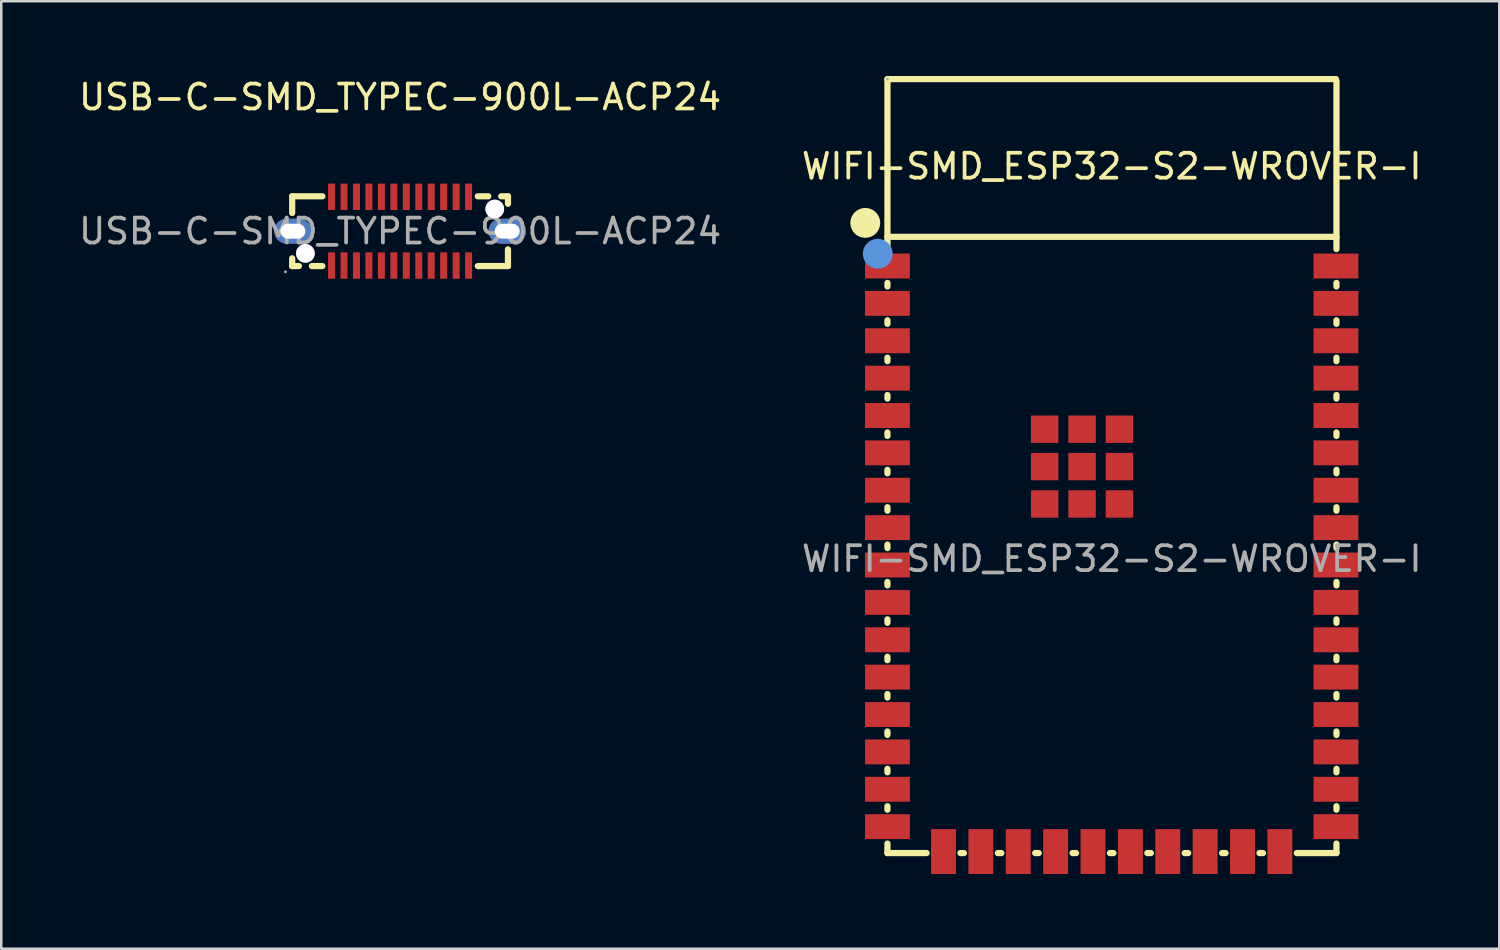
<source format=kicad_pcb>
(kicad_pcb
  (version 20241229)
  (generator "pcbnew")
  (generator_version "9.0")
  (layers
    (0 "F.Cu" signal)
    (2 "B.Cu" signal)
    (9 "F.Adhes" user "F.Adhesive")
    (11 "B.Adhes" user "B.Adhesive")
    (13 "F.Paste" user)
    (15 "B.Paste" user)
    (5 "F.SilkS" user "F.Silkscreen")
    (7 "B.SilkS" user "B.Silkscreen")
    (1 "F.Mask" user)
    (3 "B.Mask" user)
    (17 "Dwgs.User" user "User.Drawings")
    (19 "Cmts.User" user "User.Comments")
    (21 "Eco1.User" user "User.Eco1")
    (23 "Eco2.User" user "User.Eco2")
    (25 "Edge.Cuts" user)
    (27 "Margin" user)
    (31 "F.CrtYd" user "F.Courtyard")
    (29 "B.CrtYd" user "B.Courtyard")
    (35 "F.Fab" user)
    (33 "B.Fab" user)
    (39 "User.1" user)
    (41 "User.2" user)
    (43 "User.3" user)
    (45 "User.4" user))
  (footprint "WIFI-SMD_ESP32-S2-WROVER-I"
    (layer "F.Cu")
    (at 41.565 19.375)
    (property "Reference" "WIFI-SMD_ESP32-S2-WROVER-I" (at 0 -15.75 0) (layer "F.SilkS") (effects (font (size 1 1) (thickness 0.15))))
    (attr smd)
    (fp_line (start -9 -19.25) (end -9 -12.43) (stroke (width 0.25) (type solid)) (layer "F.SilkS"))
    (fp_line (start -9 -12.92) (end 9.02 -12.92) (stroke (width 0.25) (type solid)) (layer "F.SilkS"))
    (fp_line (start -9 -11.07) (end -9 -10.93) (stroke (width 0.25) (type solid)) (layer "F.SilkS"))
    (fp_line (start -9 -9.57) (end -9 -9.43) (stroke (width 0.25) (type solid)) (layer "F.SilkS"))
    (fp_line (start -9 -8.07) (end -9 -7.93) (stroke (width 0.25) (type solid)) (layer "F.SilkS"))
    (fp_line (start -9 -6.57) (end -9 -6.43) (stroke (width 0.25) (type solid)) (layer "F.SilkS"))
    (fp_line (start -9 -5.07) (end -9 -4.93) (stroke (width 0.25) (type solid)) (layer "F.SilkS"))
    (fp_line (start -9 -3.57) (end -9 -3.43) (stroke (width 0.25) (type solid)) (layer "F.SilkS"))
    (fp_line (start -9 -2.07) (end -9 -1.93) (stroke (width 0.25) (type solid)) (layer "F.SilkS"))
    (fp_line (start -9 -0.57) (end -9 -0.43) (stroke (width 0.25) (type solid)) (layer "F.SilkS"))
    (fp_line (start -9 0.93) (end -9 1.07) (stroke (width 0.25) (type solid)) (layer "F.SilkS"))
    (fp_line (start -9 2.43) (end -9 2.57) (stroke (width 0.25) (type solid)) (layer "F.SilkS"))
    (fp_line (start -9 3.93) (end -9 4.07) (stroke (width 0.25) (type solid)) (layer "F.SilkS"))
    (fp_line (start -9 5.43) (end -9 5.57) (stroke (width 0.25) (type solid)) (layer "F.SilkS"))
    (fp_line (start -9 6.93) (end -9 7.07) (stroke (width 0.25) (type solid)) (layer "F.SilkS"))
    (fp_line (start -9 8.43) (end -9 8.57) (stroke (width 0.25) (type solid)) (layer "F.SilkS"))
    (fp_line (start -9 9.93) (end -9 10.07) (stroke (width 0.25) (type solid)) (layer "F.SilkS"))
    (fp_line (start -9 11.43) (end -9 11.81) (stroke (width 0.25) (type solid)) (layer "F.SilkS"))
    (fp_line (start -9 11.81) (end -7.43 11.81) (stroke (width 0.25) (type solid)) (layer "F.SilkS"))
    (fp_line (start -6.07 11.81) (end -5.93 11.81) (stroke (width 0.25) (type solid)) (layer "F.SilkS"))
    (fp_line (start -4.57 11.81) (end -4.43 11.81) (stroke (width 0.25) (type solid)) (layer "F.SilkS"))
    (fp_line (start -3.07 11.81) (end -2.93 11.81) (stroke (width 0.25) (type solid)) (layer "F.SilkS"))
    (fp_line (start -1.57 11.81) (end -1.43 11.81) (stroke (width 0.25) (type solid)) (layer "F.SilkS"))
    (fp_line (start -0.07 11.81) (end 0.07 11.81) (stroke (width 0.25) (type solid)) (layer "F.SilkS"))
    (fp_line (start 1.43 11.81) (end 1.57 11.81) (stroke (width 0.25) (type solid)) (layer "F.SilkS"))
    (fp_line (start 2.93 11.81) (end 3.07 11.81) (stroke (width 0.25) (type solid)) (layer "F.SilkS"))
    (fp_line (start 4.43 11.81) (end 4.57 11.81) (stroke (width 0.25) (type solid)) (layer "F.SilkS"))
    (fp_line (start 5.93 11.81) (end 6.07 11.81) (stroke (width 0.25) (type solid)) (layer "F.SilkS"))
    (fp_line (start 7.43 11.81) (end 9.02 11.81) (stroke (width 0.25) (type solid)) (layer "F.SilkS"))
    (fp_line (start 9 -19.25) (end -9 -19.25) (stroke (width 0.25) (type solid)) (layer "F.SilkS"))
    (fp_line (start 9.02 -12.43) (end 9.02 -19.18) (stroke (width 0.25) (type solid)) (layer "F.SilkS"))
    (fp_line (start 9.02 -10.93) (end 9.02 -11.07) (stroke (width 0.25) (type solid)) (layer "F.SilkS"))
    (fp_line (start 9.02 -9.43) (end 9.02 -9.57) (stroke (width 0.25) (type solid)) (layer "F.SilkS"))
    (fp_line (start 9.02 -7.93) (end 9.02 -8.07) (stroke (width 0.25) (type solid)) (layer "F.SilkS"))
    (fp_line (start 9.02 -6.43) (end 9.02 -6.57) (stroke (width 0.25) (type solid)) (layer "F.SilkS"))
    (fp_line (start 9.02 -4.93) (end 9.02 -5.07) (stroke (width 0.25) (type solid)) (layer "F.SilkS"))
    (fp_line (start 9.02 -3.43) (end 9.02 -3.57) (stroke (width 0.25) (type solid)) (layer "F.SilkS"))
    (fp_line (start 9.02 -1.93) (end 9.02 -2.07) (stroke (width 0.25) (type solid)) (layer "F.SilkS"))
    (fp_line (start 9.02 -0.43) (end 9.02 -0.57) (stroke (width 0.25) (type solid)) (layer "F.SilkS"))
    (fp_line (start 9.02 1.07) (end 9.02 0.93) (stroke (width 0.25) (type solid)) (layer "F.SilkS"))
    (fp_line (start 9.02 2.57) (end 9.02 2.43) (stroke (width 0.25) (type solid)) (layer "F.SilkS"))
    (fp_line (start 9.02 4.07) (end 9.02 3.93) (stroke (width 0.25) (type solid)) (layer "F.SilkS"))
    (fp_line (start 9.02 5.57) (end 9.02 5.43) (stroke (width 0.25) (type solid)) (layer "F.SilkS"))
    (fp_line (start 9.02 7.07) (end 9.02 6.93) (stroke (width 0.25) (type solid)) (layer "F.SilkS"))
    (fp_line (start 9.02 8.57) (end 9.02 8.43) (stroke (width 0.25) (type solid)) (layer "F.SilkS"))
    (fp_line (start 9.02 10.07) (end 9.02 9.93) (stroke (width 0.25) (type solid)) (layer "F.SilkS"))
    (fp_line (start 9.02 11.81) (end 9.02 11.43) (stroke (width 0.25) (type solid)) (layer "F.SilkS"))
    (fp_circle (center -9.89 -13.48) (end -9.59 -13.48) (stroke (width 0.6) (type solid)) (fill no) (layer "F.SilkS"))
    (fp_circle (center -9.39 -12.24) (end -9.09 -12.24) (stroke (width 0.6) (type solid)) (fill no) (layer "Cmts.User"))
    (fp_circle (center -9 -19.25) (end -8.97 -19.25) (stroke (width 0.06) (type solid)) (fill no) (layer "F.Fab"))
    (fp_text user "${REFERENCE}" (at 0 0 0) (layer "F.Fab") (effects (font (size 1 1) (thickness 0.15))))
    (pad "1" smd rect (at -9 -11.75) (size 1.8 1) (layers "F.Cu" "F.Mask" "F.Paste"))
    (pad "2" smd rect (at -9 -10.25) (size 1.8 1) (layers "F.Cu" "F.Mask" "F.Paste"))
    (pad "3" smd rect (at -9 -8.75) (size 1.8 1) (layers "F.Cu" "F.Mask" "F.Paste"))
    (pad "4" smd rect (at -9 -7.25) (size 1.8 1) (layers "F.Cu" "F.Mask" "F.Paste"))
    (pad "5" smd rect (at -9 -5.75) (size 1.8 1) (layers "F.Cu" "F.Mask" "F.Paste"))
    (pad "6" smd rect (at -9 -4.25) (size 1.8 1) (layers "F.Cu" "F.Mask" "F.Paste"))
    (pad "7" smd rect (at -9 -2.75) (size 1.8 1) (layers "F.Cu" "F.Mask" "F.Paste"))
    (pad "8" smd rect (at -9 -1.25) (size 1.8 1) (layers "F.Cu" "F.Mask" "F.Paste"))
    (pad "9" smd rect (at -9 0.25) (size 1.8 1) (layers "F.Cu" "F.Mask" "F.Paste"))
    (pad "10" smd rect (at -9 1.75) (size 1.8 1) (layers "F.Cu" "F.Mask" "F.Paste"))
    (pad "11" smd rect (at -9 3.25) (size 1.8 1) (layers "F.Cu" "F.Mask" "F.Paste"))
    (pad "12" smd rect (at -9 4.75) (size 1.8 1) (layers "F.Cu" "F.Mask" "F.Paste"))
    (pad "13" smd rect (at -9 6.25) (size 1.8 1) (layers "F.Cu" "F.Mask" "F.Paste"))
    (pad "14" smd rect (at -9 7.75) (size 1.8 1) (layers "F.Cu" "F.Mask" "F.Paste"))
    (pad "15" smd rect (at -9 9.25) (size 1.8 1) (layers "F.Cu" "F.Mask" "F.Paste"))
    (pad "16" smd rect (at -9 10.75) (size 1.8 1) (layers "F.Cu" "F.Mask" "F.Paste"))
    (pad "17" smd rect (at -6.75 11.75) (size 1 1.8) (layers "F.Cu" "F.Mask" "F.Paste"))
    (pad "18" smd rect (at -5.25 11.75) (size 1 1.8) (layers "F.Cu" "F.Mask" "F.Paste"))
    (pad "19" smd rect (at -3.75 11.75) (size 1 1.8) (layers "F.Cu" "F.Mask" "F.Paste"))
    (pad "20" smd rect (at -2.25 11.75) (size 1 1.8) (layers "F.Cu" "F.Mask" "F.Paste"))
    (pad "21" smd rect (at -0.75 11.75) (size 1 1.8) (layers "F.Cu" "F.Mask" "F.Paste"))
    (pad "22" smd rect (at 0.75 11.75) (size 1 1.8) (layers "F.Cu" "F.Mask" "F.Paste"))
    (pad "23" smd rect (at 2.25 11.75) (size 1 1.8) (layers "F.Cu" "F.Mask" "F.Paste"))
    (pad "24" smd rect (at 3.75 11.75) (size 1 1.8) (layers "F.Cu" "F.Mask" "F.Paste"))
    (pad "25" smd rect (at 5.25 11.75) (size 1 1.8) (layers "F.Cu" "F.Mask" "F.Paste"))
    (pad "26" smd rect (at 6.75 11.75) (size 1 1.8) (layers "F.Cu" "F.Mask" "F.Paste"))
    (pad "27" smd rect (at 9 10.75) (size 1.8 1) (layers "F.Cu" "F.Mask" "F.Paste"))
    (pad "28" smd rect (at 9 9.25) (size 1.8 1) (layers "F.Cu" "F.Mask" "F.Paste"))
    (pad "29" smd rect (at 9 7.75) (size 1.8 1) (layers "F.Cu" "F.Mask" "F.Paste"))
    (pad "30" smd rect (at 9 6.25) (size 1.8 1) (layers "F.Cu" "F.Mask" "F.Paste"))
    (pad "31" smd rect (at 9 4.75) (size 1.8 1) (layers "F.Cu" "F.Mask" "F.Paste"))
    (pad "32" smd rect (at 9 3.25) (size 1.8 1) (layers "F.Cu" "F.Mask" "F.Paste"))
    (pad "33" smd rect (at 9 1.75) (size 1.8 1) (layers "F.Cu" "F.Mask" "F.Paste"))
    (pad "34" smd rect (at 9 0.25) (size 1.8 1) (layers "F.Cu" "F.Mask" "F.Paste"))
    (pad "35" smd rect (at 9 -1.25) (size 1.8 1) (layers "F.Cu" "F.Mask" "F.Paste"))
    (pad "36" smd rect (at 9 -2.75) (size 1.8 1) (layers "F.Cu" "F.Mask" "F.Paste"))
    (pad "37" smd rect (at 9 -4.25) (size 1.8 1) (layers "F.Cu" "F.Mask" "F.Paste"))
    (pad "38" smd rect (at 9 -5.75) (size 1.8 1) (layers "F.Cu" "F.Mask" "F.Paste"))
    (pad "39" smd rect (at 9 -7.25) (size 1.8 1) (layers "F.Cu" "F.Mask" "F.Paste"))
    (pad "40" smd rect (at 9 -8.75) (size 1.8 1) (layers "F.Cu" "F.Mask" "F.Paste"))
    (pad "41" smd rect (at 9 -10.25) (size 1.8 1) (layers "F.Cu" "F.Mask" "F.Paste"))
    (pad "42" smd rect (at 9 -11.75) (size 1.8 1) (layers "F.Cu" "F.Mask" "F.Paste"))
    (pad "43" smd rect (at -2.69 -5.2 90) (size 1.1 1.1) (layers "F.Cu" "F.Mask" "F.Paste"))
    (pad "43" smd rect (at -2.69 -3.7 90) (size 1.1 1.1) (layers "F.Cu" "F.Mask" "F.Paste"))
    (pad "43" smd rect (at -2.69 -2.2 90) (size 1.1 1.1) (layers "F.Cu" "F.Mask" "F.Paste"))
    (pad "43" smd rect (at -1.19 -5.2 90) (size 1.1 1.1) (layers "F.Cu" "F.Mask" "F.Paste"))
    (pad "43" smd rect (at -1.19 -3.7 90) (size 1.1 1.1) (layers "F.Cu" "F.Mask" "F.Paste"))
    (pad "43" smd rect (at -1.19 -2.2 90) (size 1.1 1.1) (layers "F.Cu" "F.Mask" "F.Paste"))
    (pad "43" smd rect (at 0.31 -5.2 90) (size 1.1 1.1) (layers "F.Cu" "F.Mask" "F.Paste"))
    (pad "43" smd rect (at 0.31 -3.7 90) (size 1.1 1.1) (layers "F.Cu" "F.Mask" "F.Paste"))
    (pad "43" smd rect (at 0.31 -2.2 90) (size 1.1 1.1) (layers "F.Cu" "F.Mask" "F.Paste")))
  (footprint "USB-C-SMD_TYPEC-900L-ACP24"
    (layer "F.Cu")
    (at 13.006 6.228)
    (property "Reference" "USB-C-SMD_TYPEC-900L-ACP24" (at 0 -5.38 0) (layer "F.SilkS") (effects (font (size 1 1) (thickness 0.15))))
    (attr smd)
    (fp_line (start -4.33 -1.4) (end -4.33 -0.73) (stroke (width 0.25) (type solid)) (layer "F.SilkS"))
    (fp_line (start -4.33 1.09) (end -4.33 1.4) (stroke (width 0.25) (type solid)) (layer "F.SilkS"))
    (fp_line (start -4.33 1.4) (end -4.06 1.4) (stroke (width 0.25) (type solid)) (layer "F.SilkS"))
    (fp_line (start -3.54 1.4) (end -3.12 1.4) (stroke (width 0.25) (type solid)) (layer "F.SilkS"))
    (fp_line (start -3.12 -1.4) (end -4.33 -1.4) (stroke (width 0.25) (type solid)) (layer "F.SilkS"))
    (fp_line (start 3.12 1.4) (end 4.33 1.4) (stroke (width 0.25) (type solid)) (layer "F.SilkS"))
    (fp_line (start 3.54 -1.4) (end 3.12 -1.4) (stroke (width 0.25) (type solid)) (layer "F.SilkS"))
    (fp_line (start 4.33 -1.4) (end 4.06 -1.4) (stroke (width 0.25) (type solid)) (layer "F.SilkS"))
    (fp_line (start 4.33 -1.1) (end 4.33 -1.4) (stroke (width 0.25) (type solid)) (layer "F.SilkS"))
    (fp_line (start 4.33 1.4) (end 4.33 0.73) (stroke (width 0.25) (type solid)) (layer "F.SilkS"))
    (fp_circle (center -3.8 0.89) (end -3.65 0.89) (stroke (width 0.3) (type solid)) (fill no) (layer "Cmts.User"))
    (fp_circle (center 3.8 -0.89) (end 3.95 -0.89) (stroke (width 0.3) (type solid)) (fill no) (layer "Cmts.User"))
    (fp_circle (center -4.6 1.63) (end -4.57 1.63) (stroke (width 0.06) (type solid)) (fill no) (layer "F.Fab"))
    (fp_text user "${REFERENCE}" (at 0 0 0) (layer "F.Fab") (effects (font (size 1 1) (thickness 0.15))))
    (pad "" thru_hole circle (at -3.8 0.89) (size 0.75 0.75) (drill 0.75) (layers "*.Cu" "*.Mask"))
    (pad "" thru_hole circle (at 3.8 -0.89) (size 0.75 0.75) (drill 0.75) (layers "*.Cu" "*.Mask"))
    (pad "1" thru_hole oval (at -4.3 0 90) (size 1 1.5) (drill oval 0.6 1) (layers "*.Cu" "*.Mask"))
    (pad "1" thru_hole oval (at 4.3 0 90) (size 1 1.5) (drill oval 0.6 1) (layers "*.Cu" "*.Mask"))
    (pad "A1" smd rect (at 2.75 -1.38) (size 0.28 1.06) (layers "F.Cu" "F.Mask" "F.Paste"))
    (pad "A2" smd rect (at 2.25 -1.38) (size 0.28 1.06) (layers "F.Cu" "F.Mask" "F.Paste"))
    (pad "A3" smd rect (at 1.75 -1.38) (size 0.28 1.06) (layers "F.Cu" "F.Mask" "F.Paste"))
    (pad "A4" smd rect (at 1.25 -1.38) (size 0.28 1.06) (layers "F.Cu" "F.Mask" "F.Paste"))
    (pad "A5" smd rect (at 0.75 -1.38) (size 0.28 1.06) (layers "F.Cu" "F.Mask" "F.Paste"))
    (pad "A6" smd rect (at 0.25 -1.38) (size 0.28 1.06) (layers "F.Cu" "F.Mask" "F.Paste"))
    (pad "A7" smd rect (at -0.25 -1.38) (size 0.28 1.06) (layers "F.Cu" "F.Mask" "F.Paste"))
    (pad "A8" smd rect (at -0.75 -1.38) (size 0.28 1.06) (layers "F.Cu" "F.Mask" "F.Paste"))
    (pad "A9" smd rect (at -1.25 -1.38) (size 0.28 1.06) (layers "F.Cu" "F.Mask" "F.Paste"))
    (pad "A10" smd rect (at -1.75 -1.38) (size 0.28 1.06) (layers "F.Cu" "F.Mask" "F.Paste"))
    (pad "A11" smd rect (at -2.25 -1.38) (size 0.28 1.06) (layers "F.Cu" "F.Mask" "F.Paste"))
    (pad "A12" smd rect (at -2.75 -1.38) (size 0.28 1.06) (layers "F.Cu" "F.Mask" "F.Paste"))
    (pad "B1" smd rect (at -2.75 1.38) (size 0.28 1.06) (layers "F.Cu" "F.Mask" "F.Paste"))
    (pad "B2" smd rect (at -2.25 1.38) (size 0.28 1.06) (layers "F.Cu" "F.Mask" "F.Paste"))
    (pad "B3" smd rect (at -1.75 1.38) (size 0.28 1.06) (layers "F.Cu" "F.Mask" "F.Paste"))
    (pad "B4" smd rect (at -1.25 1.38) (size 0.28 1.06) (layers "F.Cu" "F.Mask" "F.Paste"))
    (pad "B5" smd rect (at -0.75 1.38) (size 0.28 1.06) (layers "F.Cu" "F.Mask" "F.Paste"))
    (pad "B6" smd rect (at -0.25 1.38) (size 0.28 1.06) (layers "F.Cu" "F.Mask" "F.Paste"))
    (pad "B7" smd rect (at 0.25 1.38) (size 0.28 1.06) (layers "F.Cu" "F.Mask" "F.Paste"))
    (pad "B8" smd rect (at 0.75 1.38) (size 0.28 1.06) (layers "F.Cu" "F.Mask" "F.Paste"))
    (pad "B9" smd rect (at 1.25 1.38) (size 0.28 1.06) (layers "F.Cu" "F.Mask" "F.Paste"))
    (pad "B10" smd rect (at 1.75 1.38) (size 0.28 1.06) (layers "F.Cu" "F.Mask" "F.Paste"))
    (pad "B11" smd rect (at 2.25 1.38) (size 0.28 1.06) (layers "F.Cu" "F.Mask" "F.Paste"))
    (pad "B12" smd rect (at 2.75 1.38) (size 0.28 1.06) (layers "F.Cu" "F.Mask" "F.Paste")))
  (gr_rect
    (start -3 -3)
    (end 57.119 35.025)
    (stroke (width 0.1) (type default))
    (fill no)
    (layer "Edge.Cuts")))
</source>
